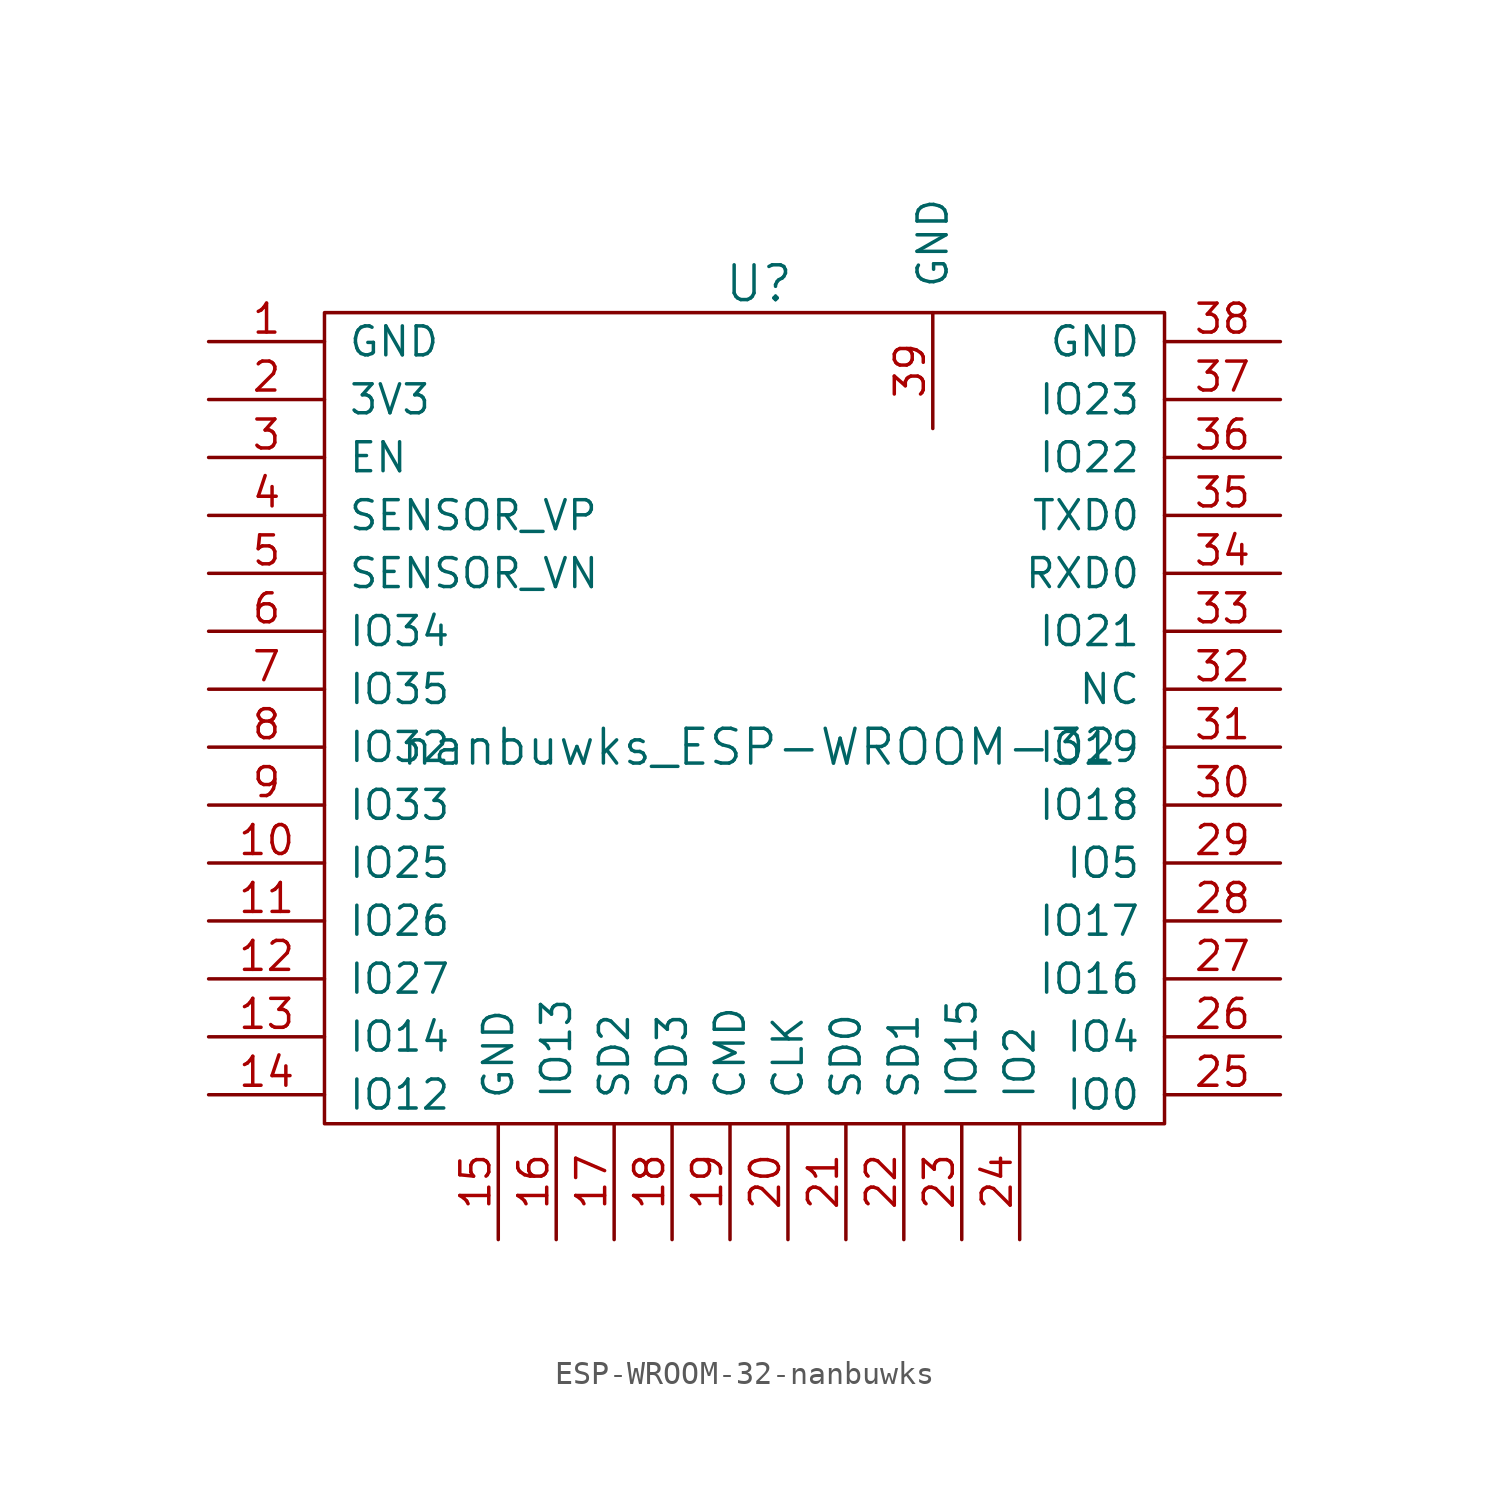
<source format=kicad_sym>
(kicad_symbol_lib
  (version 20220914)
  (generator kicad_symbol_editor)
  (symbol "ESP-WROOM-32-nanbuwks"
    (pin_names
      (offset 1.016))
    (property "Reference" "U"
      (at 0 20.32 0)
      (effects (font (size 1.524 1.524))))
    (property "Value" "nanbuwks_ESP-WROOM-32"
      (at 0 0 0)
      (effects (font (size 1.524 1.524))))
    (property "Footprint" ""
      (at 0 0 0)
      (effects (font (size 1.524 1.524))))
    (property "Datasheet" ""
      (at 0 0 0)
      (effects (font (size 1.524 1.524))))
    (symbol "ESP-WROOM-32-nanbuwks_0_1"
      (rectangle (start -19.05 -16.51) (end 17.78 19.05) (stroke (width 0) (type solid)) (fill (type none))))
    (symbol "ESP-WROOM-32-nanbuwks_1_1"
      (pin input line (at -24.13 17.78 0) (length 5.08) (name "GND" (effects (font (size 1.27 1.27)))) (number "1" (effects (font (size 1.27 1.27)))))
      (pin input line (at -24.13 -5.08 0) (length 5.08) (name "IO25" (effects (font (size 1.27 1.27)))) (number "10" (effects (font (size 1.27 1.27)))))
      (pin input line (at -24.13 -7.62 0) (length 5.08) (name "IO26" (effects (font (size 1.27 1.27)))) (number "11" (effects (font (size 1.27 1.27)))))
      (pin input line (at -24.13 -10.16 0) (length 5.08) (name "IO27" (effects (font (size 1.27 1.27)))) (number "12" (effects (font (size 1.27 1.27)))))
      (pin input line (at -24.13 -12.7 0) (length 5.08) (name "IO14" (effects (font (size 1.27 1.27)))) (number "13" (effects (font (size 1.27 1.27)))))
      (pin input line (at -24.13 -15.24 0) (length 5.08) (name "IO12" (effects (font (size 1.27 1.27)))) (number "14" (effects (font (size 1.27 1.27)))))
      (pin input line (at -11.43 -21.59 90) (length 5.08) (name "GND" (effects (font (size 1.27 1.27)))) (number "15" (effects (font (size 1.27 1.27)))))
      (pin input line (at -8.89 -21.59 90) (length 5.08) (name "IO13" (effects (font (size 1.27 1.27)))) (number "16" (effects (font (size 1.27 1.27)))))
      (pin input line (at -6.35 -21.59 90) (length 5.08) (name "SD2" (effects (font (size 1.27 1.27)))) (number "17" (effects (font (size 1.27 1.27)))))
      (pin input line (at -3.81 -21.59 90) (length 5.08) (name "SD3" (effects (font (size 1.27 1.27)))) (number "18" (effects (font (size 1.27 1.27)))))
      (pin input line (at -1.27 -21.59 90) (length 5.08) (name "CMD" (effects (font (size 1.27 1.27)))) (number "19" (effects (font (size 1.27 1.27)))))
      (pin input line (at -24.13 15.24 0) (length 5.08) (name "3V3" (effects (font (size 1.27 1.27)))) (number "2" (effects (font (size 1.27 1.27)))))
      (pin input line (at 1.27 -21.59 90) (length 5.08) (name "CLK" (effects (font (size 1.27 1.27)))) (number "20" (effects (font (size 1.27 1.27)))))
      (pin input line (at 3.81 -21.59 90) (length 5.08) (name "SD0" (effects (font (size 1.27 1.27)))) (number "21" (effects (font (size 1.27 1.27)))))
      (pin input line (at 6.35 -21.59 90) (length 5.08) (name "SD1" (effects (font (size 1.27 1.27)))) (number "22" (effects (font (size 1.27 1.27)))))
      (pin input line (at 8.89 -21.59 90) (length 5.08) (name "IO15" (effects (font (size 1.27 1.27)))) (number "23" (effects (font (size 1.27 1.27)))))
      (pin input line (at 11.43 -21.59 90) (length 5.08) (name "IO2" (effects (font (size 1.27 1.27)))) (number "24" (effects (font (size 1.27 1.27)))))
      (pin input line (at 22.86 -15.24 180) (length 5.08) (name "IO0" (effects (font (size 1.27 1.27)))) (number "25" (effects (font (size 1.27 1.27)))))
      (pin input line (at 22.86 -12.7 180) (length 5.08) (name "IO4" (effects (font (size 1.27 1.27)))) (number "26" (effects (font (size 1.27 1.27)))))
      (pin input line (at 22.86 -10.16 180) (length 5.08) (name "IO16" (effects (font (size 1.27 1.27)))) (number "27" (effects (font (size 1.27 1.27)))))
      (pin input line (at 22.86 -7.62 180) (length 5.08) (name "IO17" (effects (font (size 1.27 1.27)))) (number "28" (effects (font (size 1.27 1.27)))))
      (pin input line (at 22.86 -5.08 180) (length 5.08) (name "IO5" (effects (font (size 1.27 1.27)))) (number "29" (effects (font (size 1.27 1.27)))))
      (pin input line (at -24.13 12.7 0) (length 5.08) (name "EN" (effects (font (size 1.27 1.27)))) (number "3" (effects (font (size 1.27 1.27)))))
      (pin input line (at 22.86 -2.54 180) (length 5.08) (name "IO18" (effects (font (size 1.27 1.27)))) (number "30" (effects (font (size 1.27 1.27)))))
      (pin input line (at 22.86 0 180) (length 5.08) (name "IO19" (effects (font (size 1.27 1.27)))) (number "31" (effects (font (size 1.27 1.27)))))
      (pin input line (at 22.86 2.54 180) (length 5.08) (name "NC" (effects (font (size 1.27 1.27)))) (number "32" (effects (font (size 1.27 1.27)))))
      (pin input line (at 22.86 5.08 180) (length 5.08) (name "IO21" (effects (font (size 1.27 1.27)))) (number "33" (effects (font (size 1.27 1.27)))))
      (pin input line (at 22.86 7.62 180) (length 5.08) (name "RXD0" (effects (font (size 1.27 1.27)))) (number "34" (effects (font (size 1.27 1.27)))))
      (pin input line (at 22.86 10.16 180) (length 5.08) (name "TXD0" (effects (font (size 1.27 1.27)))) (number "35" (effects (font (size 1.27 1.27)))))
      (pin input line (at 22.86 12.7 180) (length 5.08) (name "IO22" (effects (font (size 1.27 1.27)))) (number "36" (effects (font (size 1.27 1.27)))))
      (pin input line (at 22.86 15.24 180) (length 5.08) (name "IO23" (effects (font (size 1.27 1.27)))) (number "37" (effects (font (size 1.27 1.27)))))
      (pin input line (at 22.86 17.78 180) (length 5.08) (name "GND" (effects (font (size 1.27 1.27)))) (number "38" (effects (font (size 1.27 1.27)))))
      (pin input line (at 7.62 13.97 90) (length 5.08) (name "GND" (effects (font (size 1.27 1.27)))) (number "39" (effects (font (size 1.27 1.27)))))
      (pin input line (at -24.13 10.16 0) (length 5.08) (name "SENSOR_VP" (effects (font (size 1.27 1.27)))) (number "4" (effects (font (size 1.27 1.27)))))
      (pin input line (at -24.13 7.62 0) (length 5.08) (name "SENSOR_VN" (effects (font (size 1.27 1.27)))) (number "5" (effects (font (size 1.27 1.27)))))
      (pin input line (at -24.13 5.08 0) (length 5.08) (name "IO34" (effects (font (size 1.27 1.27)))) (number "6" (effects (font (size 1.27 1.27)))))
      (pin input line (at -24.13 2.54 0) (length 5.08) (name "IO35" (effects (font (size 1.27 1.27)))) (number "7" (effects (font (size 1.27 1.27)))))
      (pin input line (at -24.13 0 0) (length 5.08) (name "IO32" (effects (font (size 1.27 1.27)))) (number "8" (effects (font (size 1.27 1.27)))))
      (pin input line (at -24.13 -2.54 0) (length 5.08) (name "IO33" (effects (font (size 1.27 1.27)))) (number "9" (effects (font (size 1.27 1.27))))))))
</source>
